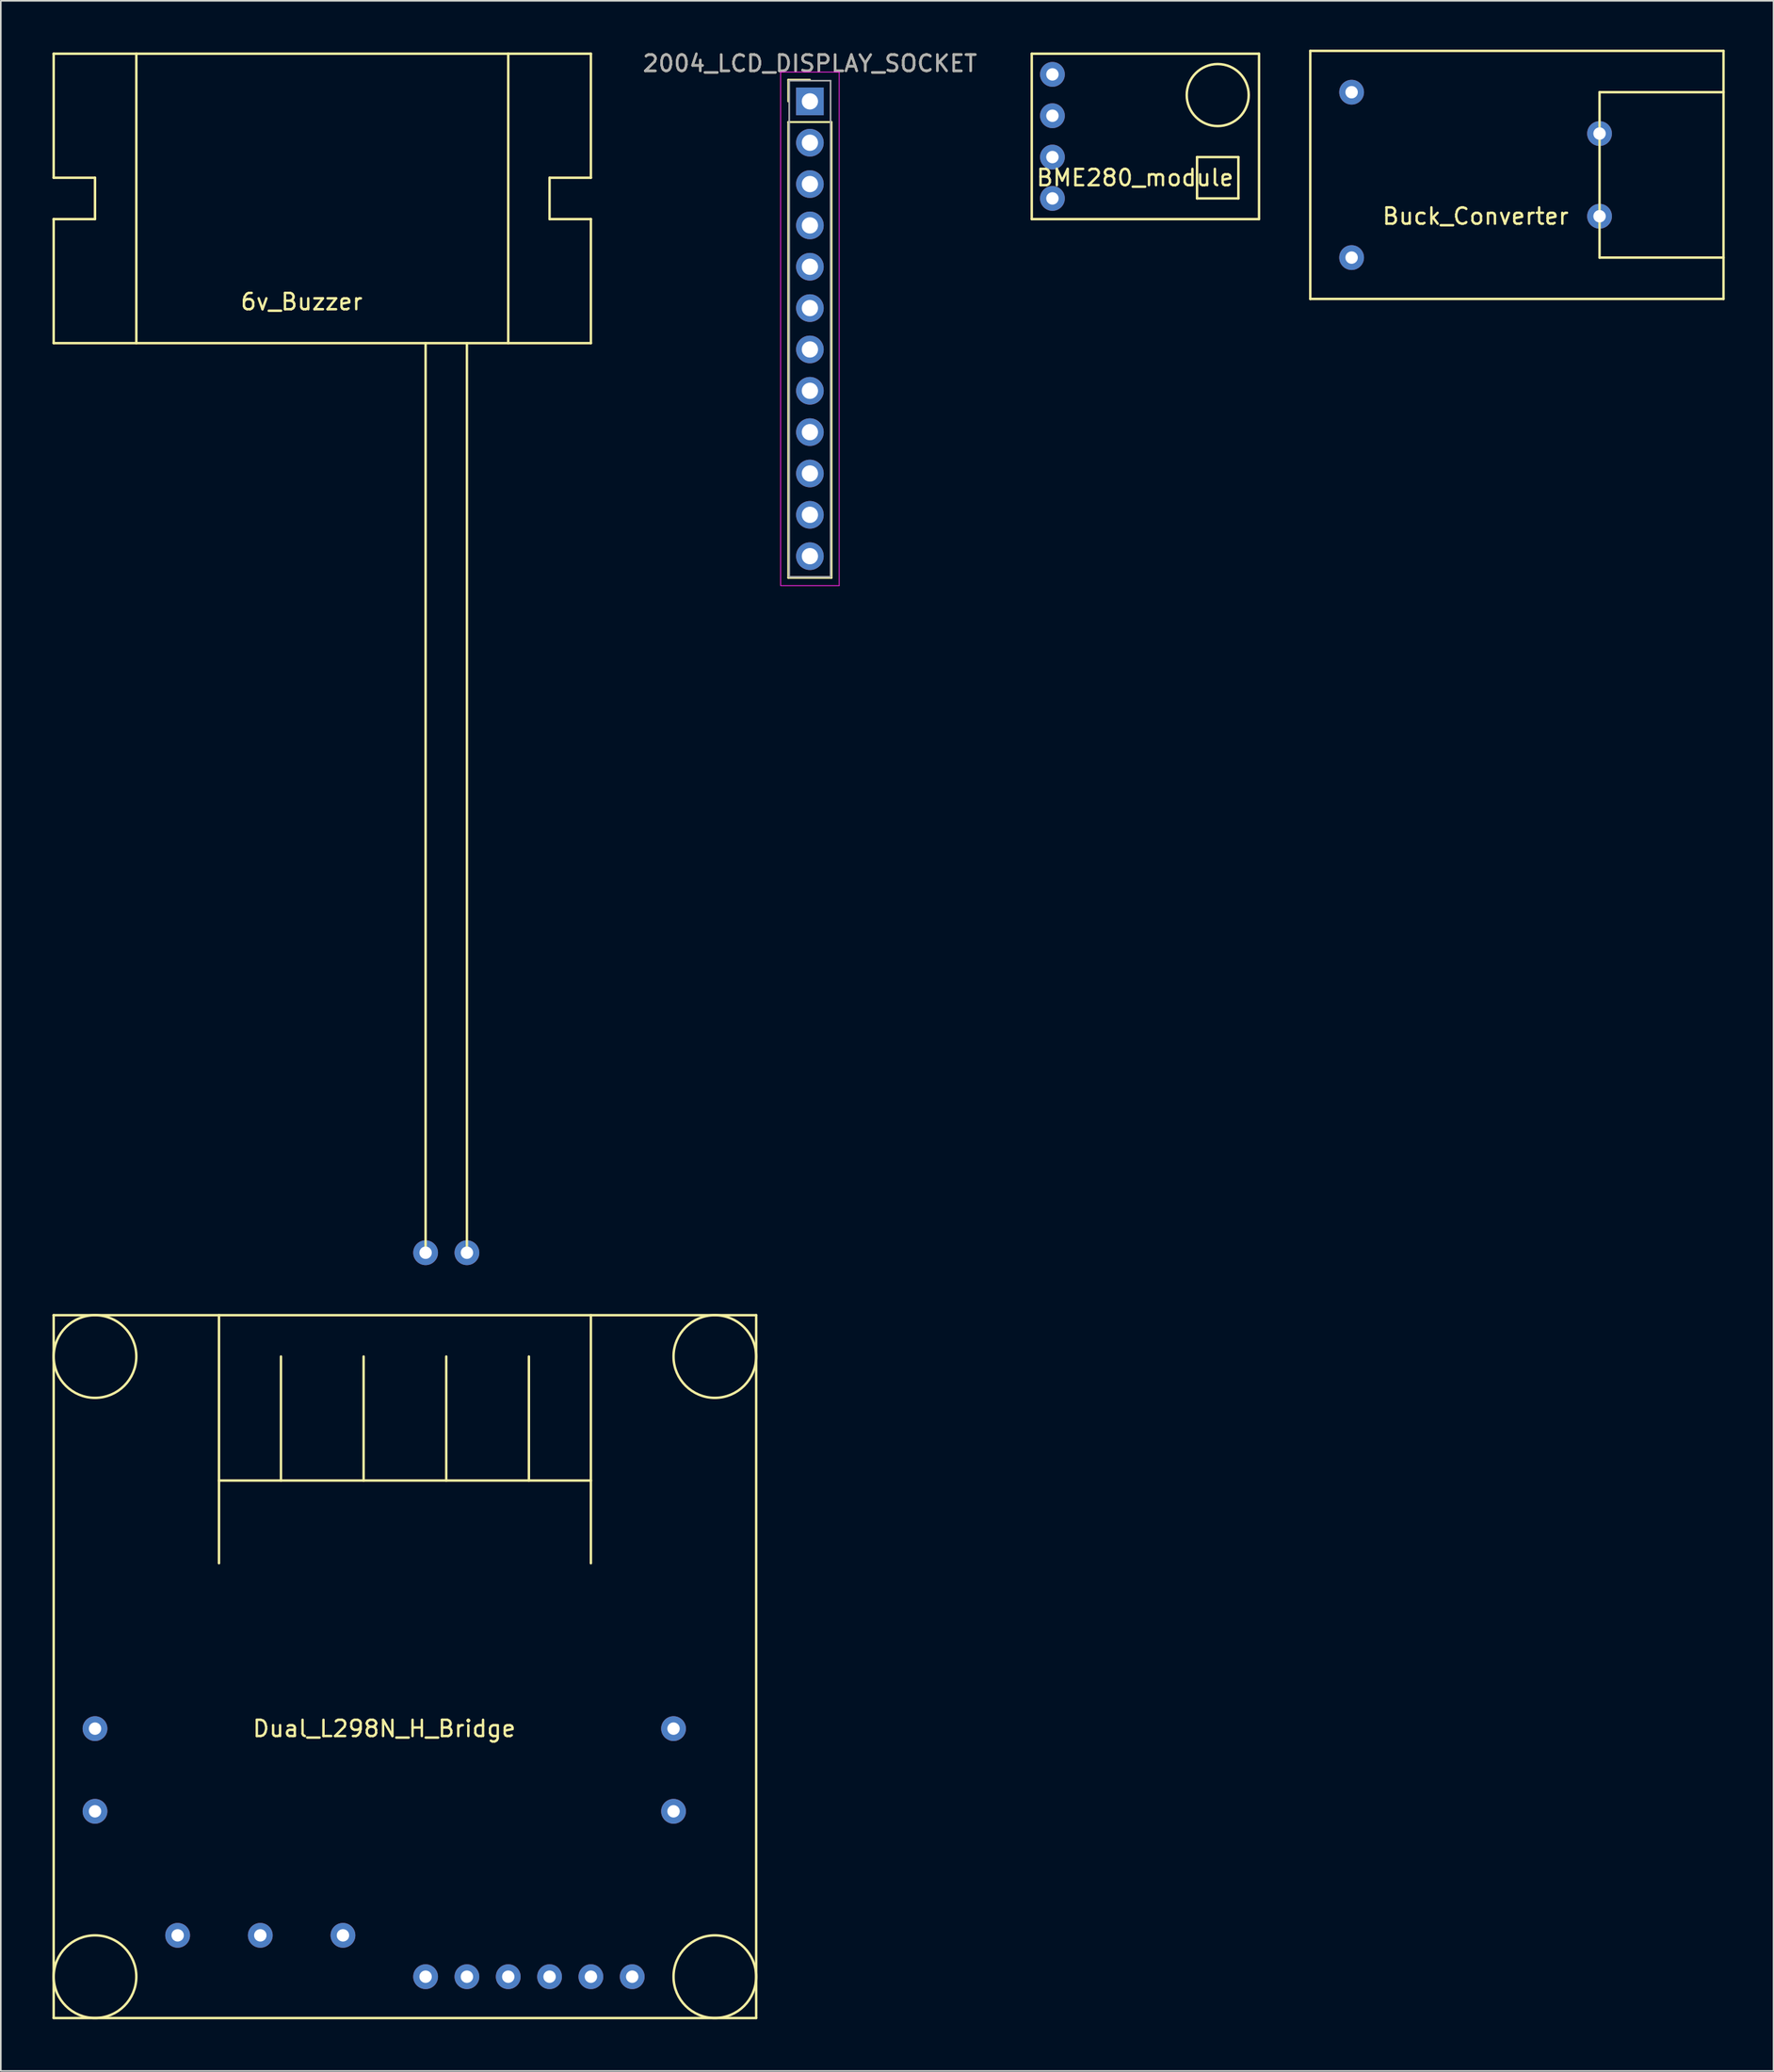
<source format=kicad_pcb>
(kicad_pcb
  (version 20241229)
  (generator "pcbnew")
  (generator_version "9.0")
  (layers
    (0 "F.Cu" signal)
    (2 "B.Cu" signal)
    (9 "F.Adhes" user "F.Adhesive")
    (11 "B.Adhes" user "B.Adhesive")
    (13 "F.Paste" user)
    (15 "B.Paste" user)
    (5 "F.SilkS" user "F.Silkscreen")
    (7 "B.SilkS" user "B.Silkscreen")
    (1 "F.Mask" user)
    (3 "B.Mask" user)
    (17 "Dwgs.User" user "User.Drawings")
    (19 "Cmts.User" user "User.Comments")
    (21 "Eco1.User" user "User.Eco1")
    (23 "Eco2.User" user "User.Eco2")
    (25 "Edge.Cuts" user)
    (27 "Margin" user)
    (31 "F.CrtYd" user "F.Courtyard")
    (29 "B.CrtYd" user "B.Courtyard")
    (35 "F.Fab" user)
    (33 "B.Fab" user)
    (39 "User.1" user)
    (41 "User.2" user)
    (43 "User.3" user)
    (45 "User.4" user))
  (footprint "BME280_module"
    (layer "F.Cu")
    (at 60.369 0.25)
    (property "Reference" "BME280_module" (at 6.35 7.62 0) (layer "F.SilkS") (effects (font (size 1 1) (thickness 0.15))))
    (attr through_hole)
    (fp_line (start 0 0) (end 0 10.16) (stroke (width 0.15) (type solid)) (layer "F.SilkS"))
    (fp_line (start 0 10.16) (end 13.97 10.16) (stroke (width 0.15) (type solid)) (layer "F.SilkS"))
    (fp_line (start 10.16 6.35) (end 10.16 8.89) (stroke (width 0.15) (type solid)) (layer "F.SilkS"))
    (fp_line (start 10.16 8.89) (end 12.7 8.89) (stroke (width 0.15) (type solid)) (layer "F.SilkS"))
    (fp_line (start 12.7 6.35) (end 10.16 6.35) (stroke (width 0.15) (type solid)) (layer "F.SilkS"))
    (fp_line (start 12.7 8.89) (end 12.7 6.35) (stroke (width 0.15) (type solid)) (layer "F.SilkS"))
    (fp_line (start 13.97 0) (end 0 0) (stroke (width 0.15) (type solid)) (layer "F.SilkS"))
    (fp_line (start 13.97 0) (end 13.97 10.16) (stroke (width 0.15) (type solid)) (layer "F.SilkS"))
    (fp_circle (center 11.43 2.54) (end 11.43 0.635) (stroke (width 0.15) (type solid)) (fill no) (layer "F.SilkS"))
    (pad "1" thru_hole circle (at 1.27 1.27) (size 1.524 1.524) (drill 0.762) (layers "*.Cu" "*.Mask"))
    (pad "2" thru_hole circle (at 1.27 3.81) (size 1.524 1.524) (drill 0.762) (layers "*.Cu" "*.Mask"))
    (pad "3" thru_hole circle (at 1.27 6.35) (size 1.524 1.524) (drill 0.762) (layers "*.Cu" "*.Mask"))
    (pad "4" thru_hole circle (at 1.27 8.89) (size 1.524 1.524) (drill 0.762) (layers "*.Cu" "*.Mask")))
  (footprint "6v_Buzzer"
    (layer "F.Cu")
    (at 0.25 0.25)
    (property "Reference" "6v_Buzzer" (at 15.24 15.24 0) (layer "F.SilkS") (effects (font (size 1 1) (thickness 0.15))))
    (attr through_hole)
    (fp_line (start 0 0) (end 0 7.62) (stroke (width 0.15) (type solid)) (layer "F.SilkS"))
    (fp_line (start 0 0) (end 33.02 0) (stroke (width 0.15) (type solid)) (layer "F.SilkS"))
    (fp_line (start 0 7.62) (end 2.54 7.62) (stroke (width 0.15) (type solid)) (layer "F.SilkS"))
    (fp_line (start 0 10.16) (end 0 17.78) (stroke (width 0.15) (type solid)) (layer "F.SilkS"))
    (fp_line (start 2.54 7.62) (end 2.54 10.16) (stroke (width 0.15) (type solid)) (layer "F.SilkS"))
    (fp_line (start 2.54 10.16) (end 0 10.16) (stroke (width 0.15) (type solid)) (layer "F.SilkS"))
    (fp_line (start 5.08 0) (end 5.08 17.78) (stroke (width 0.15) (type solid)) (layer "F.SilkS"))
    (fp_line (start 22.86 17.78) (end 22.86 73.66) (stroke (width 0.15) (type solid)) (layer "F.SilkS"))
    (fp_line (start 25.4 17.78) (end 25.4 73.66) (stroke (width 0.15) (type solid)) (layer "F.SilkS"))
    (fp_line (start 27.94 0) (end 27.94 17.78) (stroke (width 0.15) (type solid)) (layer "F.SilkS"))
    (fp_line (start 30.48 7.62) (end 30.48 10.16) (stroke (width 0.15) (type solid)) (layer "F.SilkS"))
    (fp_line (start 30.48 10.16) (end 33.02 10.16) (stroke (width 0.15) (type solid)) (layer "F.SilkS"))
    (fp_line (start 33.02 0) (end 33.02 7.62) (stroke (width 0.15) (type solid)) (layer "F.SilkS"))
    (fp_line (start 33.02 7.62) (end 30.48 7.62) (stroke (width 0.15) (type solid)) (layer "F.SilkS"))
    (fp_line (start 33.02 10.16) (end 33.02 17.78) (stroke (width 0.15) (type solid)) (layer "F.SilkS"))
    (fp_line (start 33.02 17.78) (end 0 17.78) (stroke (width 0.15) (type solid)) (layer "F.SilkS"))
    (pad "1" thru_hole circle (at 25.4 73.66) (size 1.524 1.524) (drill 0.762) (layers "*.Cu" "*.Mask"))
    (pad "2" thru_hole circle (at 22.86 73.66) (size 1.524 1.524) (drill 0.762) (layers "*.Cu" "*.Mask")))
  (footprint "Dual_L298N_H_Bridge"
    (layer "F.Cu")
    (at 0.25 120.927)
    (property "Reference" "Dual_L298N_H_Bridge" (at 20.32 -17.78 0) (layer "F.SilkS") (effects (font (size 1 1) (thickness 0.15))))
    (attr through_hole)
    (fp_line (start 0 -43.18) (end 0 0) (stroke (width 0.15) (type solid)) (layer "F.SilkS"))
    (fp_line (start 0 0) (end 43.18 0) (stroke (width 0.15) (type solid)) (layer "F.SilkS"))
    (fp_line (start 10.16 -43.18) (end 10.16 -27.94) (stroke (width 0.15) (type solid)) (layer "F.SilkS"))
    (fp_line (start 10.16 -33.02) (end 33.02 -33.02) (stroke (width 0.15) (type solid)) (layer "F.SilkS"))
    (fp_line (start 13.97 -33.02) (end 13.97 -40.64) (stroke (width 0.15) (type solid)) (layer "F.SilkS"))
    (fp_line (start 19.05 -40.64) (end 19.05 -33.02) (stroke (width 0.15) (type solid)) (layer "F.SilkS"))
    (fp_line (start 24.13 -40.64) (end 24.13 -33.02) (stroke (width 0.15) (type solid)) (layer "F.SilkS"))
    (fp_line (start 29.21 -33.02) (end 29.21 -40.64) (stroke (width 0.15) (type solid)) (layer "F.SilkS"))
    (fp_line (start 33.02 -43.18) (end 33.02 -27.94) (stroke (width 0.15) (type solid)) (layer "F.SilkS"))
    (fp_line (start 43.18 -43.18) (end 0 -43.18) (stroke (width 0.15) (type solid)) (layer "F.SilkS"))
    (fp_line (start 43.18 0) (end 43.18 -43.18) (stroke (width 0.15) (type solid)) (layer "F.SilkS"))
    (fp_circle (center 2.54 -40.64) (end 2.54 -38.1) (stroke (width 0.15) (type solid)) (fill no) (layer "F.SilkS"))
    (fp_circle (center 2.54 -2.54) (end 2.54 -5.08) (stroke (width 0.15) (type solid)) (fill no) (layer "F.SilkS"))
    (fp_circle (center 40.64 -40.64) (end 38.1 -40.64) (stroke (width 0.15) (type solid)) (fill no) (layer "F.SilkS"))
    (fp_circle (center 40.64 -2.54) (end 40.64 -5.08) (stroke (width 0.15) (type solid)) (fill no) (layer "F.SilkS"))
    (pad "1" thru_hole circle (at 7.62 -5.08) (size 1.524 1.524) (drill 0.762) (layers "*.Cu" "*.Mask"))
    (pad "2" thru_hole circle (at 12.7 -5.08) (size 1.524 1.524) (drill 0.762) (layers "*.Cu" "*.Mask"))
    (pad "3" thru_hole circle (at 17.78 -5.08) (size 1.524 1.524) (drill 0.762) (layers "*.Cu" "*.Mask"))
    (pad "4" thru_hole circle (at 22.86 -2.54) (size 1.524 1.524) (drill 0.762) (layers "*.Cu" "*.Mask"))
    (pad "5" thru_hole circle (at 25.4 -2.54) (size 1.524 1.524) (drill 0.762) (layers "*.Cu" "*.Mask"))
    (pad "6" thru_hole circle (at 27.94 -2.54) (size 1.524 1.524) (drill 0.762) (layers "*.Cu" "*.Mask"))
    (pad "7" thru_hole circle (at 30.48 -2.54) (size 1.524 1.524) (drill 0.762) (layers "*.Cu" "*.Mask"))
    (pad "8" thru_hole circle (at 33.02 -2.54) (size 1.524 1.524) (drill 0.762) (layers "*.Cu" "*.Mask"))
    (pad "9" thru_hole circle (at 35.56 -2.54) (size 1.524 1.524) (drill 0.762) (layers "*.Cu" "*.Mask"))
    (pad "10" thru_hole circle (at 2.54 -17.78) (size 1.524 1.524) (drill 0.762) (layers "*.Cu" "*.Mask"))
    (pad "11" thru_hole circle (at 2.54 -12.7) (size 1.524 1.524) (drill 0.762) (layers "*.Cu" "*.Mask"))
    (pad "12" thru_hole circle (at 38.1 -12.7) (size 1.524 1.524) (drill 0.762) (layers "*.Cu" "*.Mask"))
    (pad "13" thru_hole circle (at 38.1 -17.78) (size 1.524 1.524) (drill 0.762) (layers "*.Cu" "*.Mask")))
  (footprint "Buck_Converter"
    (layer "F.Cu")
    (at 90.189 7.695)
    (property "Reference" "Buck_Converter" (at -2.54 2.54 0) (layer "F.SilkS") (effects (font (size 1 1) (thickness 0.15))))
    (attr through_hole)
    (fp_line (start -12.7 -7.62) (end -12.7 7.62) (stroke (width 0.15) (type solid)) (layer "F.SilkS"))
    (fp_line (start -12.7 7.62) (end 12.7 7.62) (stroke (width 0.15) (type solid)) (layer "F.SilkS"))
    (fp_line (start 5.08 -5.08) (end 5.08 5.08) (stroke (width 0.15) (type solid)) (layer "F.SilkS"))
    (fp_line (start 5.08 -5.08) (end 12.7 -5.08) (stroke (width 0.15) (type solid)) (layer "F.SilkS"))
    (fp_line (start 5.08 5.08) (end 12.7 5.08) (stroke (width 0.15) (type solid)) (layer "F.SilkS"))
    (fp_line (start 12.7 -7.62) (end -12.7 -7.62) (stroke (width 0.15) (type solid)) (layer "F.SilkS"))
    (fp_line (start 12.7 -7.62) (end 12.7 7.62) (stroke (width 0.15) (type solid)) (layer "F.SilkS"))
    (pad "1" thru_hole circle (at -10.16 -5.08) (size 1.524 1.524) (drill 0.762) (layers "*.Cu" "*.Mask"))
    (pad "2" thru_hole circle (at -10.16 5.08) (size 1.524 1.524) (drill 0.762) (layers "*.Cu" "*.Mask"))
    (pad "3" thru_hole circle (at 5.08 -2.54) (size 1.524 1.524) (drill 0.762) (layers "*.Cu" "*.Mask"))
    (pad "4" thru_hole circle (at 5.08 2.54) (size 1.524 1.524) (drill 0.762) (layers "*.Cu" "*.Mask")))
  (footprint "2004_LCD_DISPLAY_SOCKET"
    (layer "F.Cu")
    (at 46.732 3.178)
    (property "Reference" "2004_LCD_DISPLAY_SOCKET" (at 0 -2.33 0) (layer "F.SilkS") (effects (font (size 1 1) (thickness 0.15))))
    (attr through_hole)
    (fp_line (start -1.33 -1.33) (end 0 -1.33) (stroke (width 0.12) (type solid)) (layer "F.SilkS"))
    (fp_line (start -1.33 0) (end -1.33 -1.33) (stroke (width 0.12) (type solid)) (layer "F.SilkS"))
    (fp_line (start -1.33 1.27) (end -1.33 29.27) (stroke (width 0.12) (type solid)) (layer "F.SilkS"))
    (fp_line (start -1.33 29.27) (end 1.33 29.27) (stroke (width 0.12) (type solid)) (layer "F.SilkS"))
    (fp_line (start 1.33 1.27) (end -1.33 1.27) (stroke (width 0.12) (type solid)) (layer "F.SilkS"))
    (fp_line (start 1.33 29.27) (end 1.33 1.27) (stroke (width 0.12) (type solid)) (layer "F.SilkS"))
    (fp_line (start -1.8 -1.8) (end -1.8 29.75) (stroke (width 0.05) (type solid)) (layer "F.CrtYd"))
    (fp_line (start -1.8 29.75) (end 1.8 29.75) (stroke (width 0.05) (type solid)) (layer "F.CrtYd"))
    (fp_line (start 1.8 -1.8) (end -1.8 -1.8) (stroke (width 0.05) (type solid)) (layer "F.CrtYd"))
    (fp_line (start 1.8 29.75) (end 1.8 -1.8) (stroke (width 0.05) (type solid)) (layer "F.CrtYd"))
    (fp_line (start -1.27 -1.27) (end -1.27 29.21) (stroke (width 0.1) (type solid)) (layer "F.Fab"))
    (fp_line (start -1.27 29.21) (end 1.27 29.21) (stroke (width 0.1) (type solid)) (layer "F.Fab"))
    (fp_line (start 1.27 -1.27) (end -1.27 -1.27) (stroke (width 0.1) (type solid)) (layer "F.Fab"))
    (fp_line (start 1.27 29.21) (end 1.27 -1.27) (stroke (width 0.1) (type solid)) (layer "F.Fab"))
    (fp_text user "${REFERENCE}" (at 0 -2.33 0) (layer "F.Fab") (effects (font (size 1 1) (thickness 0.15))))
    (pad "1" thru_hole rect (at 0 0) (size 1.7 1.7) (drill 1) (layers "*.Cu" "*.Mask"))
    (pad "2" thru_hole oval (at 0 2.54) (size 1.7 1.7) (drill 1) (layers "*.Cu" "*.Mask"))
    (pad "3" thru_hole oval (at 0 5.08) (size 1.7 1.7) (drill 1) (layers "*.Cu" "*.Mask"))
    (pad "4" thru_hole oval (at 0 7.62) (size 1.7 1.7) (drill 1) (layers "*.Cu" "*.Mask"))
    (pad "5" thru_hole oval (at 0 10.16) (size 1.7 1.7) (drill 1) (layers "*.Cu" "*.Mask"))
    (pad "6" thru_hole oval (at 0 12.7) (size 1.7 1.7) (drill 1) (layers "*.Cu" "*.Mask"))
    (pad "11" thru_hole oval (at 0 15.24) (size 1.7 1.7) (drill 1) (layers "*.Cu" "*.Mask"))
    (pad "12" thru_hole oval (at 0 17.78) (size 1.7 1.7) (drill 1) (layers "*.Cu" "*.Mask"))
    (pad "13" thru_hole oval (at 0 20.32) (size 1.7 1.7) (drill 1) (layers "*.Cu" "*.Mask"))
    (pad "14" thru_hole oval (at 0 22.86) (size 1.7 1.7) (drill 1) (layers "*.Cu" "*.Mask"))
    (pad "15" thru_hole oval (at 0 25.4) (size 1.7 1.7) (drill 1) (layers "*.Cu" "*.Mask"))
    (pad "16" thru_hole oval (at 0 27.94) (size 1.7 1.7) (drill 1) (layers "*.Cu" "*.Mask")))
  (gr_rect
    (start -3 -3)
    (end 105.964 124.177)
    (stroke (width 0.1) (type default))
    (fill no)
    (layer "Edge.Cuts")))
</source>
